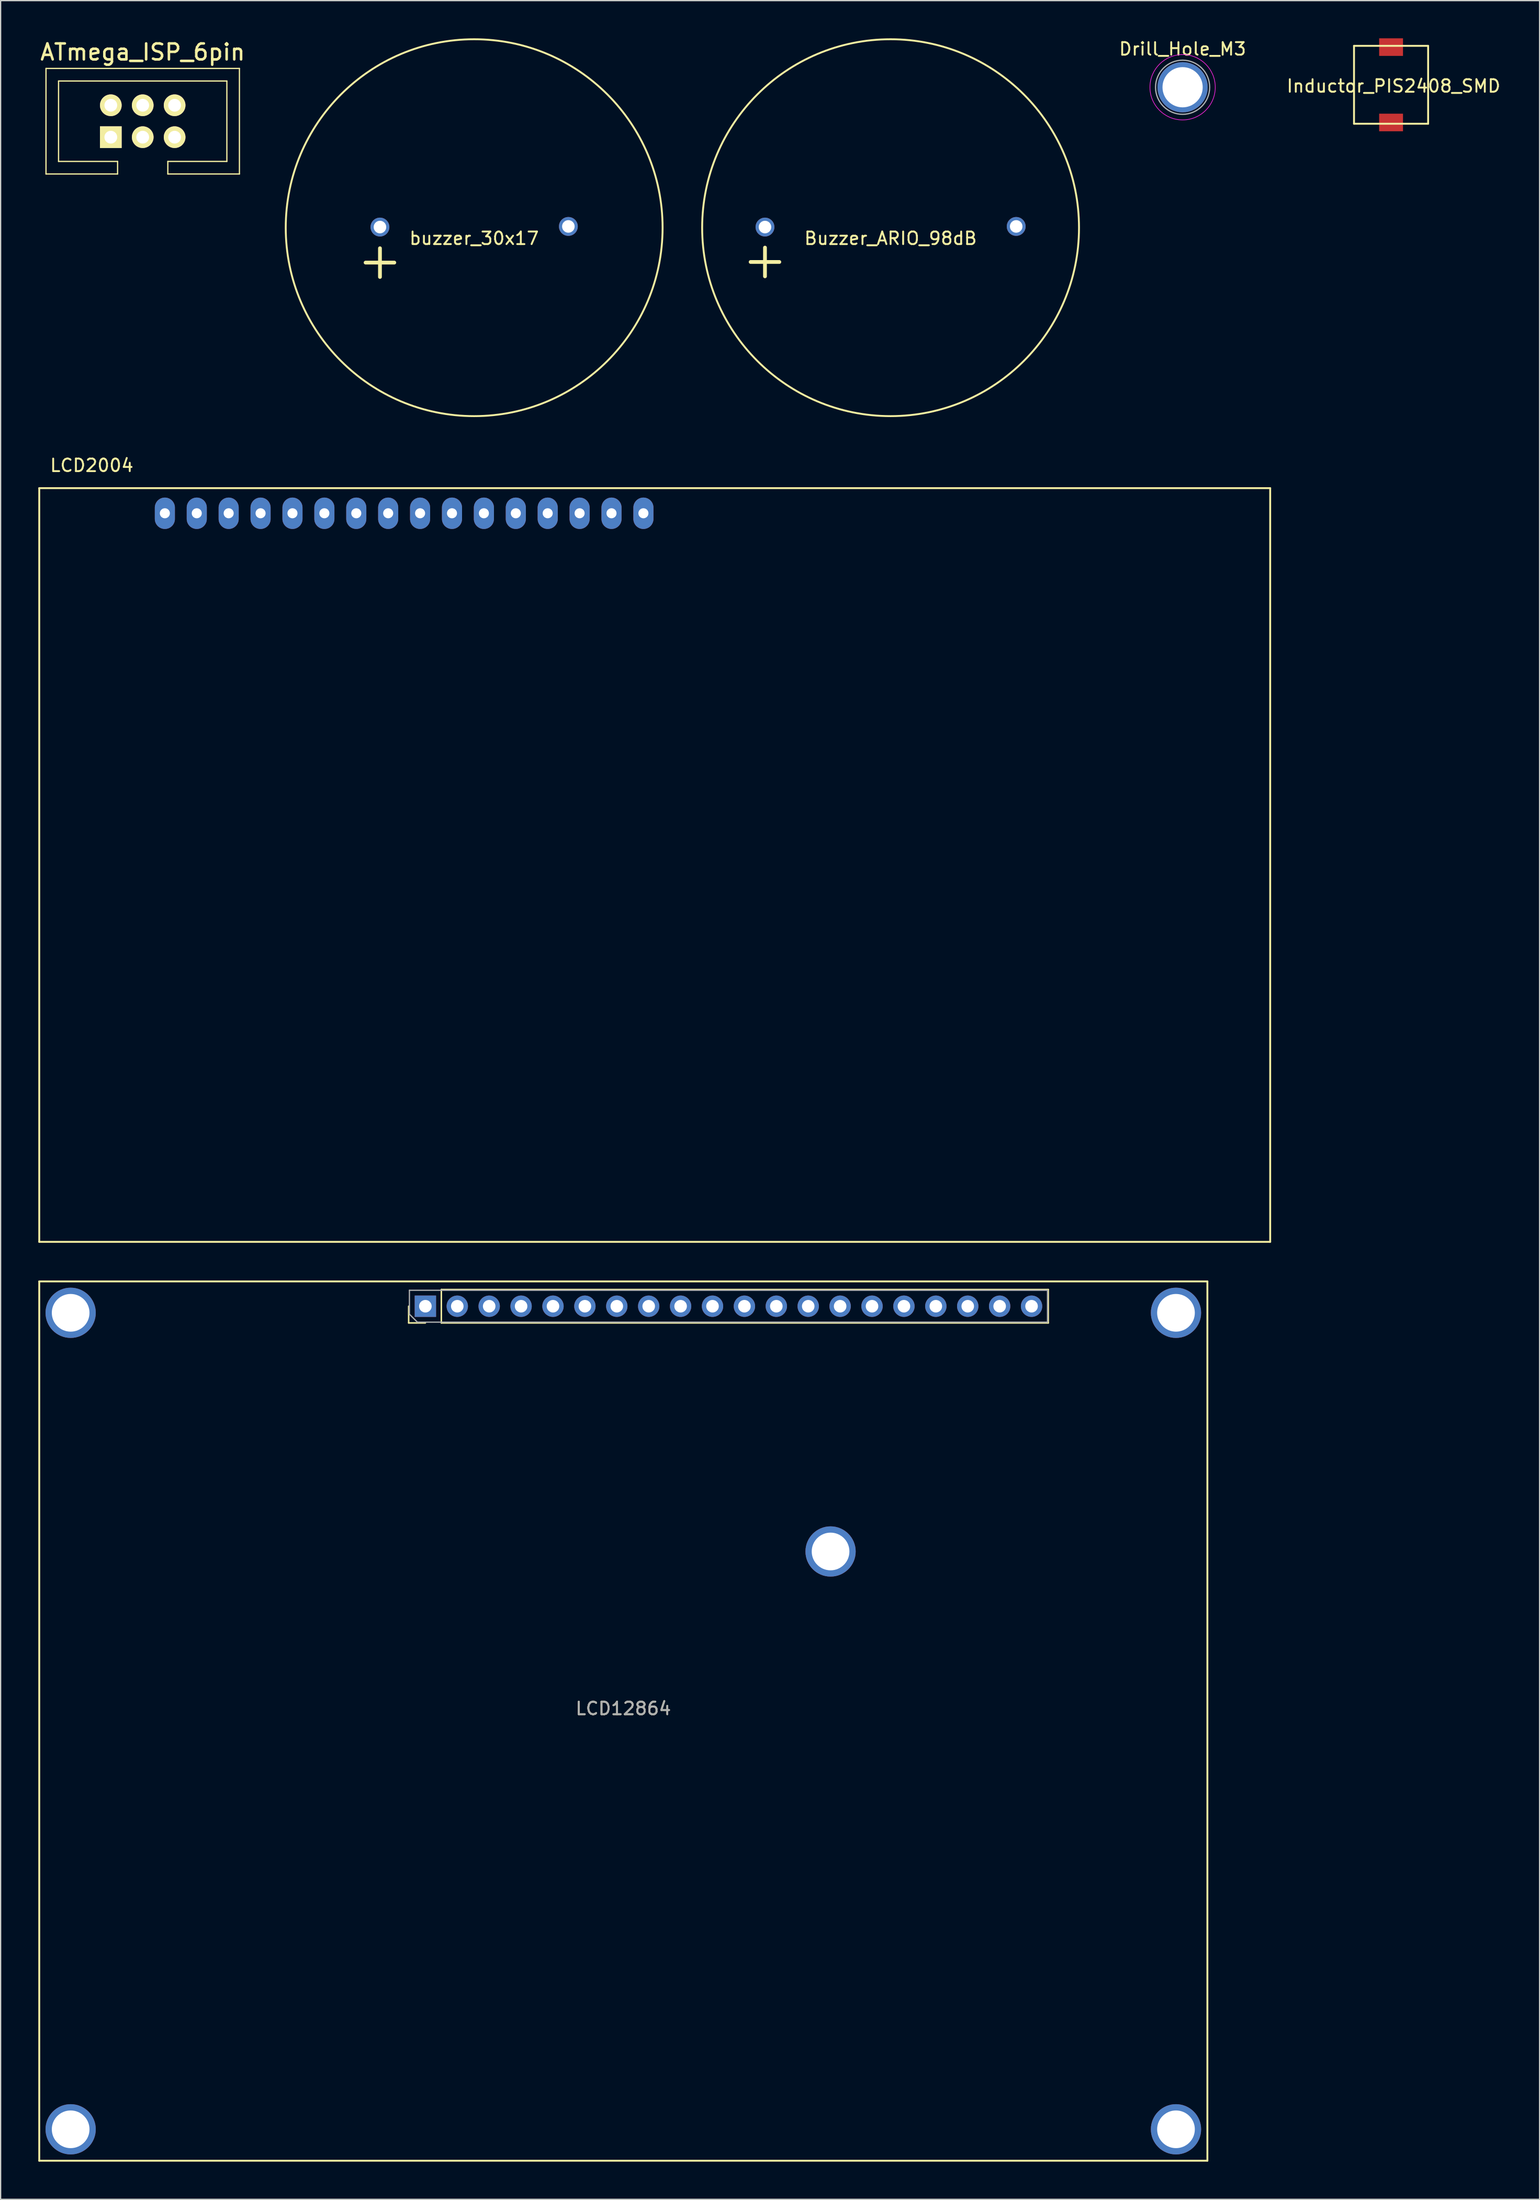
<source format=kicad_pcb>
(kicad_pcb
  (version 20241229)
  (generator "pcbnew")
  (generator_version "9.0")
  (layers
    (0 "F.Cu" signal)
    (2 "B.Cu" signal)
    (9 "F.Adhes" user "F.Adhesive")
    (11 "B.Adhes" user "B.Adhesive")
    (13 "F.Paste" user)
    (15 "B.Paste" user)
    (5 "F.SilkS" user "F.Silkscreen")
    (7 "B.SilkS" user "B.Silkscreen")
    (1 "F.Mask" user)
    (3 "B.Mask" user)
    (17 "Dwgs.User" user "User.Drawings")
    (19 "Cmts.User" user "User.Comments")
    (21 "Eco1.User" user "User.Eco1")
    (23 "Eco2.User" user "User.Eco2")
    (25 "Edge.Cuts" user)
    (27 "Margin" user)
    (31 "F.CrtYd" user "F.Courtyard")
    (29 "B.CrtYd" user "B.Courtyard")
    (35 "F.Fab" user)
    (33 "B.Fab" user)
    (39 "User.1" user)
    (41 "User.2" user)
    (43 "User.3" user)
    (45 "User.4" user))
  (footprint "Inductor_PIS2408_SMD"
    (layer "F.Cu")
    (at 107.699 3.7)
    (property "Reference" "Inductor_PIS2408_SMD" (at 0.2 0.1 0) (layer "F.SilkS") (effects (font (size 1 1) (thickness 0.15))))
    (attr through_hole)
    (fp_line (start -2.95 -3.1) (end 2.95 -3.1) (stroke (width 0.15) (type solid)) (layer "F.SilkS"))
    (fp_line (start -2.95 3.1) (end -2.95 -3.1) (stroke (width 0.15) (type solid)) (layer "F.SilkS"))
    (fp_line (start 2.95 -3.1) (end 2.95 3.1) (stroke (width 0.15) (type solid)) (layer "F.SilkS"))
    (fp_line (start 2.95 3.1) (end -2.95 3.1) (stroke (width 0.15) (type solid)) (layer "F.SilkS"))
    (pad "1" smd rect (at 0 -3) (size 1.9 1.4) (layers "F.Cu" "F.Mask" "F.Paste"))
    (pad "2" smd rect (at 0 3) (size 1.9 1.4) (layers "F.Cu" "F.Mask" "F.Paste")))
  (footprint "Buzzer_ARIO_98dB"
    (layer "F.Cu")
    (at 67.853 15.076)
    (property "Reference" "Buzzer_ARIO_98dB" (at 0 0.85 0) (layer "F.SilkS") (effects (font (size 1 1) (thickness 0.15))))
    (attr through_hole)
    (fp_circle (center 0 0) (end 15 0.2) (stroke (width 0.15) (type solid)) (fill no) (layer "F.SilkS"))
    (fp_text user "+" (at -10 2.5 0) (layer "F.SilkS") (effects (font (size 3 3) (thickness 0.3))))
    (pad "1" thru_hole circle (at -10 -0.05) (size 1.5 1.5) (drill 1) (layers "*.Cu" "*.Mask"))
    (pad "2" thru_hole circle (at 10 -0.1) (size 1.5 1.5) (drill 1) (layers "*.Cu" "*.Mask")))
  (footprint "Drill_Hole_M3"
    (layer "F.Cu")
    (at 91.102 3.896)
    (property "Reference" "Drill_Hole_M3" (at 0 -3.048 0) (layer "F.SilkS") (effects (font (size 1 1) (thickness 0.15))))
    (attr through_hole)
    (fp_circle (center 0 0) (end 2.6 0) (stroke (width 0.05) (type solid)) (fill no) (layer "F.CrtYd"))
    (fp_circle (center 0 0) (end 2 0.8) (stroke (width 0.1) (type solid)) (fill no) (layer "F.Fab"))
    (pad "" np_thru_hole circle (at 0 0) (size 4 4) (drill 3.2) (layers "*.Cu" "*.Mask")))
  (footprint "ATmega_ISP_6pin"
    (layer "F.Cu")
    (at 8.312 6.6)
    (property "Reference" "ATmega_ISP_6pin" (at 0 -5.5 180) (layer "F.SilkS") (effects (font (size 1.27 1.27) (thickness 0.203))))
    (attr through_hole)
    (fp_line (start -7.7 -4.2) (end -7.7 4.2) (stroke (width 0.1) (type solid)) (layer "F.SilkS"))
    (fp_line (start -7.7 -4.2) (end 7.7 -4.2) (stroke (width 0.1) (type solid)) (layer "F.SilkS"))
    (fp_line (start -7.7 4.2) (end -2 4.2) (stroke (width 0.1) (type solid)) (layer "F.SilkS"))
    (fp_line (start -6.7 -3.2) (end 6.7 -3.2) (stroke (width 0.1) (type solid)) (layer "F.SilkS"))
    (fp_line (start -6.7 3.2) (end -6.7 -3.2) (stroke (width 0.1) (type solid)) (layer "F.SilkS"))
    (fp_line (start -2 3.2) (end -6.7 3.2) (stroke (width 0.1) (type solid)) (layer "F.SilkS"))
    (fp_line (start -2 4.2) (end -2 3.2) (stroke (width 0.1) (type solid)) (layer "F.SilkS"))
    (fp_line (start 2 3.2) (end 2 4.2) (stroke (width 0.1) (type solid)) (layer "F.SilkS"))
    (fp_line (start 6.7 -3.2) (end 6.7 3.2) (stroke (width 0.1) (type solid)) (layer "F.SilkS"))
    (fp_line (start 6.7 3.2) (end 2 3.2) (stroke (width 0.1) (type solid)) (layer "F.SilkS"))
    (fp_line (start 7.7 -4.2) (end 7.7 4.2) (stroke (width 0.1) (type solid)) (layer "F.SilkS"))
    (fp_line (start 7.7 4.2) (end 2 4.2) (stroke (width 0.1) (type solid)) (layer "F.SilkS"))
    (pad "1" thru_hole rect (at -2.54 1.27) (size 1.727 1.727) (drill 1.016) (layers "*.Cu" "*.Mask" "F.SilkS"))
    (pad "2" thru_hole oval (at -2.54 -1.27) (size 1.727 1.727) (drill 1.016) (layers "*.Cu" "*.Mask" "F.SilkS"))
    (pad "3" thru_hole oval (at 0 1.27) (size 1.727 1.727) (drill 1.016) (layers "*.Cu" "*.Mask" "F.SilkS"))
    (pad "4" thru_hole oval (at 0 -1.27) (size 1.727 1.727) (drill 1.016) (layers "*.Cu" "*.Mask" "F.SilkS"))
    (pad "5" thru_hole oval (at 2.54 1.27) (size 1.727 1.727) (drill 1.016) (layers "*.Cu" "*.Mask" "F.SilkS"))
    (pad "6" thru_hole oval (at 2.54 -1.27) (size 1.727 1.727) (drill 1.016) (layers "*.Cu" "*.Mask" "F.SilkS")))
  (footprint "LCD12864"
    (layer "F.Cu")
    (at 46.575 133.961)
    (property "Reference" "LCD12864" (at 0 -1 0) (layer "F.SilkS") (effects (font (size 1 1) (thickness 0.15))))
    (attr through_hole)
    (fp_line (start -46.5 -35) (end 46.5 -35) (stroke (width 0.15) (type solid)) (layer "F.SilkS"))
    (fp_line (start -46.5 35) (end -46.5 -35) (stroke (width 0.15) (type solid)) (layer "F.SilkS"))
    (fp_line (start -17.089 -31.694) (end -17.089 -33.024) (stroke (width 0.12) (type solid)) (layer "F.SilkS"))
    (fp_line (start -15.759 -31.694) (end -17.089 -31.694) (stroke (width 0.12) (type solid)) (layer "F.SilkS"))
    (fp_line (start -14.489 -34.354) (end 33.831 -34.354) (stroke (width 0.12) (type solid)) (layer "F.SilkS"))
    (fp_line (start -14.489 -31.694) (end -14.489 -34.354) (stroke (width 0.12) (type solid)) (layer "F.SilkS"))
    (fp_line (start -14.489 -31.694) (end 33.831 -31.694) (stroke (width 0.12) (type solid)) (layer "F.SilkS"))
    (fp_line (start 33.831 -31.694) (end 33.831 -34.354) (stroke (width 0.12) (type solid)) (layer "F.SilkS"))
    (fp_line (start 46.5 -35) (end 46.5 35) (stroke (width 0.15) (type solid)) (layer "F.SilkS"))
    (fp_line (start 46.5 35) (end -46.5 35) (stroke (width 0.15) (type solid)) (layer "F.SilkS"))
    (fp_line (start -17.029 -34.294) (end 33.771 -34.294) (stroke (width 0.1) (type solid)) (layer "F.Fab"))
    (fp_line (start -17.029 -32.389) (end -17.029 -34.294) (stroke (width 0.1) (type solid)) (layer "F.Fab"))
    (fp_line (start -16.394 -31.754) (end -17.029 -32.389) (stroke (width 0.1) (type solid)) (layer "F.Fab"))
    (fp_line (start 33.771 -34.294) (end 33.771 -31.754) (stroke (width 0.1) (type solid)) (layer "F.Fab"))
    (fp_line (start 33.771 -31.754) (end -16.394 -31.754) (stroke (width 0.1) (type solid)) (layer "F.Fab"))
    (fp_text user "${REFERENCE}" (at 0 -1 0) (layer "F.Fab") (effects (font (size 1 1) (thickness 0.15))))
    (pad "" np_thru_hole circle (at -44 -32.5) (size 4 4) (drill 3) (layers "*.Cu" "*.Mask"))
    (pad "" np_thru_hole circle (at -44 32.5) (size 4 4) (drill 3) (layers "*.Cu" "*.Mask"))
    (pad "" np_thru_hole circle (at 16.5 -13.5) (size 4 4) (drill 3) (layers "*.Cu" "*.Mask"))
    (pad "" np_thru_hole circle (at 44 -32.5) (size 4 4) (drill 3) (layers "*.Cu" "*.Mask"))
    (pad "" np_thru_hole circle (at 44 32.5) (size 4 4) (drill 3) (layers "*.Cu" "*.Mask"))
    (pad "1" thru_hole rect (at -15.759 -33.024 90) (size 1.7 1.7) (drill 1) (layers "*.Cu" "*.Mask"))
    (pad "2" thru_hole oval (at -13.219 -33.024 90) (size 1.7 1.7) (drill 1) (layers "*.Cu" "*.Mask"))
    (pad "3" thru_hole oval (at -10.679 -33.024 90) (size 1.7 1.7) (drill 1) (layers "*.Cu" "*.Mask"))
    (pad "4" thru_hole oval (at -8.139 -33.024 90) (size 1.7 1.7) (drill 1) (layers "*.Cu" "*.Mask"))
    (pad "5" thru_hole oval (at -5.599 -33.024 90) (size 1.7 1.7) (drill 1) (layers "*.Cu" "*.Mask"))
    (pad "6" thru_hole oval (at -3.059 -33.024 90) (size 1.7 1.7) (drill 1) (layers "*.Cu" "*.Mask"))
    (pad "7" thru_hole oval (at -0.519 -33.024 90) (size 1.7 1.7) (drill 1) (layers "*.Cu" "*.Mask"))
    (pad "8" thru_hole oval (at 2.021 -33.024 90) (size 1.7 1.7) (drill 1) (layers "*.Cu" "*.Mask"))
    (pad "9" thru_hole oval (at 4.561 -33.024 90) (size 1.7 1.7) (drill 1) (layers "*.Cu" "*.Mask"))
    (pad "10" thru_hole oval (at 7.101 -33.024 90) (size 1.7 1.7) (drill 1) (layers "*.Cu" "*.Mask"))
    (pad "11" thru_hole oval (at 9.641 -33.024 90) (size 1.7 1.7) (drill 1) (layers "*.Cu" "*.Mask"))
    (pad "12" thru_hole oval (at 12.181 -33.024 90) (size 1.7 1.7) (drill 1) (layers "*.Cu" "*.Mask"))
    (pad "13" thru_hole oval (at 14.721 -33.024 90) (size 1.7 1.7) (drill 1) (layers "*.Cu" "*.Mask"))
    (pad "14" thru_hole oval (at 17.261 -33.024 90) (size 1.7 1.7) (drill 1) (layers "*.Cu" "*.Mask"))
    (pad "15" thru_hole oval (at 19.801 -33.024 90) (size 1.7 1.7) (drill 1) (layers "*.Cu" "*.Mask"))
    (pad "16" thru_hole oval (at 22.341 -33.024 90) (size 1.7 1.7) (drill 1) (layers "*.Cu" "*.Mask"))
    (pad "17" thru_hole oval (at 24.881 -33.024 90) (size 1.7 1.7) (drill 1) (layers "*.Cu" "*.Mask"))
    (pad "18" thru_hole oval (at 27.421 -33.024 90) (size 1.7 1.7) (drill 1) (layers "*.Cu" "*.Mask"))
    (pad "19" thru_hole oval (at 29.961 -33.024 90) (size 1.7 1.7) (drill 1) (layers "*.Cu" "*.Mask"))
    (pad "20" thru_hole oval (at 32.501 -33.024 90) (size 1.7 1.7) (drill 1) (layers "*.Cu" "*.Mask")))
  (footprint "buzzer_30x17"
    (layer "F.Cu")
    (at 34.7 15.076)
    (property "Reference" "buzzer_30x17" (at 0 0.85 0) (layer "F.SilkS") (effects (font (size 1 1) (thickness 0.15))))
    (attr through_hole)
    (fp_circle (center 0 0) (end 15 0.2) (stroke (width 0.15) (type solid)) (fill no) (layer "F.SilkS"))
    (fp_text user "+" (at -7.5 2.55 0) (layer "F.SilkS") (effects (font (size 3 3) (thickness 0.3))))
    (pad "1" thru_hole circle (at -7.5 -0.05) (size 1.5 1.5) (drill 1) (layers "*.Cu" "*.Mask"))
    (pad "2" thru_hole circle (at 7.5 -0.1) (size 1.5 1.5) (drill 1) (layers "*.Cu" "*.Mask")))
  (footprint "LCD2004"
    (layer "F.Cu")
    (at 10.075 37.811)
    (property "Reference" "LCD2004" (at -5.82 -3.81 0) (layer "F.SilkS") (effects (font (size 1 1) (thickness 0.15))))
    (attr through_hole)
    (fp_line (start -10 -2) (end 88 -2) (stroke (width 0.15) (type solid)) (layer "F.SilkS"))
    (fp_line (start -10 58) (end -10 -2) (stroke (width 0.15) (type solid)) (layer "F.SilkS"))
    (fp_line (start 88 -2) (end 88 58) (stroke (width 0.15) (type solid)) (layer "F.SilkS"))
    (fp_line (start 88 58) (end -10 58) (stroke (width 0.15) (type solid)) (layer "F.SilkS"))
    (pad "1" thru_hole oval (at 0 0) (size 1.6 2.5) (drill 0.8) (layers "*.Cu" "*.Mask"))
    (pad "2" thru_hole oval (at 2.54 0) (size 1.6 2.5) (drill 0.8) (layers "*.Cu" "*.Mask"))
    (pad "3" thru_hole oval (at 5.08 0) (size 1.6 2.5) (drill 0.8) (layers "*.Cu" "*.Mask"))
    (pad "4" thru_hole oval (at 7.62 0) (size 1.6 2.5) (drill 0.8) (layers "*.Cu" "*.Mask"))
    (pad "5" thru_hole oval (at 10.16 0) (size 1.6 2.5) (drill 0.8) (layers "*.Cu" "*.Mask"))
    (pad "6" thru_hole oval (at 12.7 0) (size 1.6 2.5) (drill 0.8) (layers "*.Cu" "*.Mask"))
    (pad "7" thru_hole oval (at 15.24 0) (size 1.6 2.5) (drill 0.8) (layers "*.Cu" "*.Mask"))
    (pad "8" thru_hole oval (at 17.78 0) (size 1.6 2.5) (drill 0.8) (layers "*.Cu" "*.Mask"))
    (pad "9" thru_hole oval (at 20.32 0) (size 1.6 2.5) (drill 0.8) (layers "*.Cu" "*.Mask"))
    (pad "10" thru_hole oval (at 22.86 0) (size 1.6 2.5) (drill 0.8) (layers "*.Cu" "*.Mask"))
    (pad "11" thru_hole oval (at 25.4 0) (size 1.6 2.5) (drill 0.8) (layers "*.Cu" "*.Mask"))
    (pad "12" thru_hole oval (at 27.94 0) (size 1.6 2.5) (drill 0.8) (layers "*.Cu" "*.Mask"))
    (pad "13" thru_hole oval (at 30.48 0) (size 1.6 2.5) (drill 0.8) (layers "*.Cu" "*.Mask"))
    (pad "14" thru_hole oval (at 33.02 0) (size 1.6 2.5) (drill 0.8) (layers "*.Cu" "*.Mask"))
    (pad "15" thru_hole oval (at 35.56 0) (size 1.6 2.5) (drill 0.8) (layers "*.Cu" "*.Mask"))
    (pad "16" thru_hole oval (at 38.1 0) (size 1.6 2.5) (drill 0.8) (layers "*.Cu" "*.Mask")))
  (gr_rect
    (start -3 -3)
    (end 119.524 172.036)
    (stroke (width 0.1) (type default))
    (fill no)
    (layer "Edge.Cuts")))
</source>
